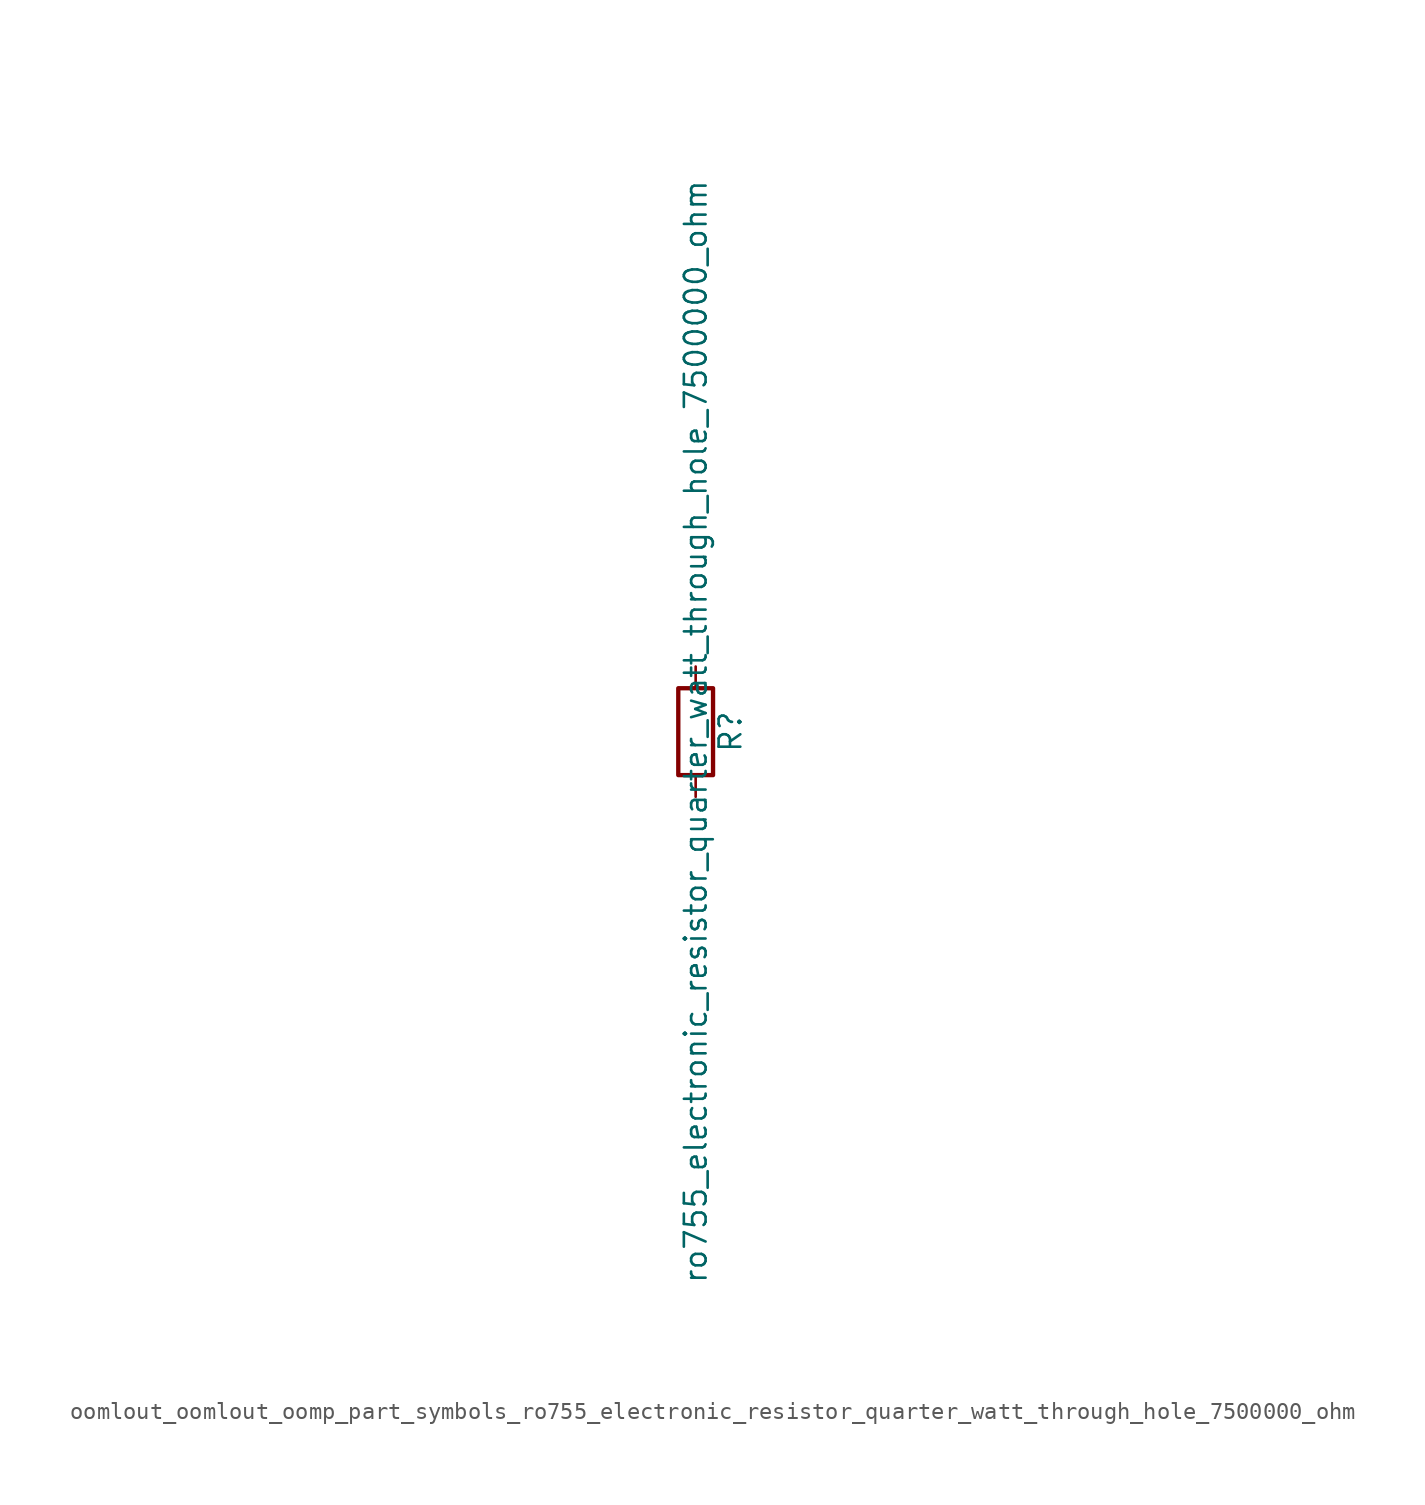
<source format=kicad_sym>
(kicad_symbol_lib
  (version 20220914)
  (generator kicad_symbol_editor)
  (symbol "oomlout_oomlout_oomp_part_symbols_ro755_electronic_resistor_quarter_watt_through_hole_7500000_ohm"
    (pin_numbers hide)
    (pin_names
      (offset 0))
    (property "Reference" "R"
      (at 2.032 0 90)
      (effects (font (size 1.27 1.27))))
    (property "Value" "ro755_electronic_resistor_quarter_watt_through_hole_7500000_ohm"
      (at 0 0 90)
      (effects (font (size 1.27 1.27))))
    (symbol "oomlout_oomlout_oomp_part_symbols_ro755_electronic_resistor_quarter_watt_through_hole_7500000_ohm_0_1"
      (rectangle (start -1.016 -2.54) (end 1.016 2.54) (stroke (width 0.254) (type default)) (fill (type none))))
    (symbol "oomlout_oomlout_oomp_part_symbols_ro755_electronic_resistor_quarter_watt_through_hole_7500000_ohm_1_1"
      (pin passive line (at 0 3.81 270) (length 1.27) (name "~" (effects (font (size 1.27 1.27)))) (number "1" (effects (font (size 1.27 1.27)))))
      (pin passive line (at 0 -3.81 90) (length 1.27) (name "~" (effects (font (size 1.27 1.27)))) (number "2" (effects (font (size 1.27 1.27))))))))
</source>
